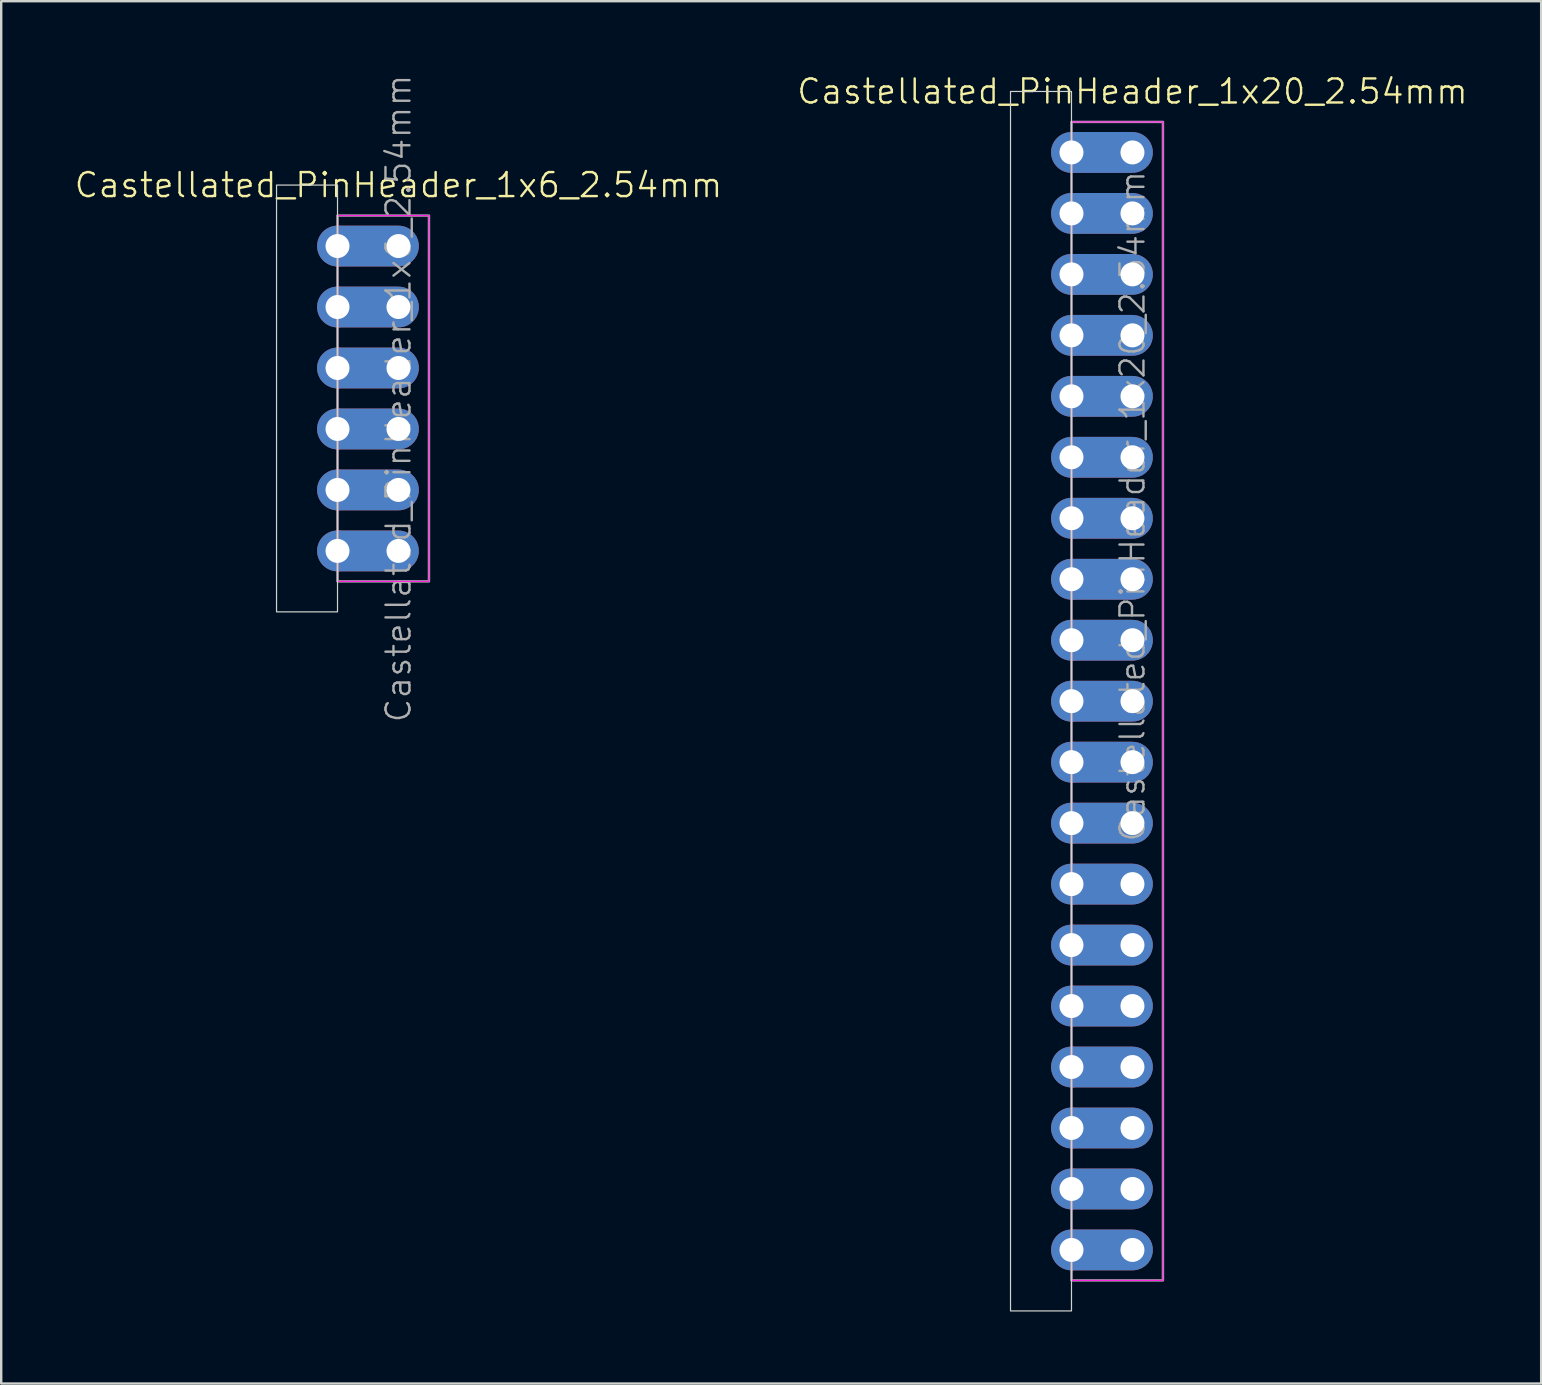
<source format=kicad_pcb>
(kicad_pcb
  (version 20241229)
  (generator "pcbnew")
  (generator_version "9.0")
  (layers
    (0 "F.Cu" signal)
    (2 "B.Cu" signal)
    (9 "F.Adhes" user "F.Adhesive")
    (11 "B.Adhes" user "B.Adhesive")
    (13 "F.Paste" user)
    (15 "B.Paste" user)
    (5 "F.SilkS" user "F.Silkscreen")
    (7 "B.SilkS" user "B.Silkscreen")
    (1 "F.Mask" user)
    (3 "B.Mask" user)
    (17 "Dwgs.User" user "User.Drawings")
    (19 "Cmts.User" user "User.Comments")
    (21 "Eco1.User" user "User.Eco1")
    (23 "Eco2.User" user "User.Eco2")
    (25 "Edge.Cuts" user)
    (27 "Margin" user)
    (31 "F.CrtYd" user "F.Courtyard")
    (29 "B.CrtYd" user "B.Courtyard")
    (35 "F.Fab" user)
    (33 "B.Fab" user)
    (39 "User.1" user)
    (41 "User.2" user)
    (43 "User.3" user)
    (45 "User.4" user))
  (footprint "Castellated_PinHeader_1x6_2.54mm"
    (layer "F.Cu")
    (at 13.55 7.2)
    (property "Reference" "Castellated_PinHeader_1x6_2.54mm" (at 0 -2.54 0) (unlocked yes) (layer "F.SilkS") (effects (font (size 1 1) (thickness 0.1))))
    (attr through_hole)
    (fp_rect (start -5.08 -2.54) (end -2.54 15.24) (stroke (width 0.05) (type default)) (fill no) (layer "Edge.Cuts"))
    (fp_poly (pts (xy -2.54 -1.27) (xy 1.27 -1.27) (xy 1.27 13.97) (xy -2.54 13.97)) (stroke (width 0.05) (type default)) (fill no) (layer "F.CrtYd"))
    (fp_poly (pts (xy -2.54 -1.27) (xy 1.27 -1.27) (xy 1.27 13.97) (xy -2.54 13.97)) (stroke (width 0.1) (type default)) (fill no) (layer "F.Fab"))
    (fp_text user "${REFERENCE}" (at 0 6.35 90) (unlocked yes) (layer "F.Fab") (effects (font (size 1 1) (thickness 0.1))))
    (pad "1" thru_hole circle (at -2.54 0) (size 1.7 1.7) (drill 1) (layers "*.Cu" "*.Mask"))
    (pad "1" thru_hole custom (at 0 0) (size 1.7 1.7) (drill 1) (layers "*.Cu" "*.Mask") (options (anchor circle)) (primitives (gr_poly (pts (xy -2.54 -0.85) (xy 0 -0.85) (xy 0 0.85) (xy -2.54 0.85)) (width 0) (fill yes))))
    (pad "2" thru_hole circle (at -2.54 2.54) (size 1.7 1.7) (drill 1) (layers "*.Cu" "*.Mask"))
    (pad "2" thru_hole custom (at 0 2.54) (size 1.7 1.7) (drill 1) (layers "*.Cu" "*.Mask") (options (anchor circle)) (primitives (gr_poly (pts (xy -2.54 -0.85) (xy 0 -0.85) (xy 0 0.85) (xy -2.54 0.85)) (width 0) (fill yes))))
    (pad "3" thru_hole circle (at -2.54 5.08) (size 1.7 1.7) (drill 1) (layers "*.Cu" "*.Mask"))
    (pad "3" thru_hole custom (at 0 5.08) (size 1.7 1.7) (drill 1) (layers "*.Cu" "*.Mask") (options (anchor circle)) (primitives (gr_poly (pts (xy -2.54 -0.85) (xy 0 -0.85) (xy 0 0.85) (xy -2.54 0.85)) (width 0) (fill yes))))
    (pad "4" thru_hole circle (at -2.54 7.62) (size 1.7 1.7) (drill 1) (layers "*.Cu" "*.Mask"))
    (pad "4" thru_hole custom (at 0 7.62) (size 1.7 1.7) (drill 1) (layers "*.Cu" "*.Mask") (options (anchor circle)) (primitives (gr_poly (pts (xy -2.54 -0.85) (xy 0 -0.85) (xy 0 0.85) (xy -2.54 0.85)) (width 0) (fill yes))))
    (pad "5" thru_hole circle (at -2.54 10.16) (size 1.7 1.7) (drill 1) (layers "*.Cu" "*.Mask"))
    (pad "5" thru_hole custom (at 0 10.16) (size 1.7 1.7) (drill 1) (layers "*.Cu" "*.Mask") (options (anchor circle)) (primitives (gr_poly (pts (xy -2.54 -0.85) (xy 0 -0.85) (xy 0 0.85) (xy -2.54 0.85)) (width 0) (fill yes))))
    (pad "6" thru_hole circle (at -2.54 12.7) (size 1.7 1.7) (drill 1) (layers "*.Cu" "*.Mask"))
    (pad "6" thru_hole custom (at 0 12.7) (size 1.7 1.7) (drill 1) (layers "*.Cu" "*.Mask") (options (anchor circle)) (primitives (gr_poly (pts (xy -2.54 -0.85) (xy 0 -0.85) (xy 0 0.85) (xy -2.54 0.85)) (width 0) (fill yes)))))
  (footprint "Castellated_PinHeader_1x20_2.54mm"
    (layer "F.Cu")
    (at 44.126 3.3)
    (property "Reference" "Castellated_PinHeader_1x20_2.54mm" (at 0 -2.54 0) (unlocked yes) (layer "F.SilkS") (effects (font (size 1 1) (thickness 0.1))))
    (attr through_hole)
    (fp_rect (start -5.08 -2.54) (end -2.54 48.26) (stroke (width 0.05) (type default)) (fill no) (layer "Edge.Cuts"))
    (fp_poly (pts (xy -2.54 -1.27) (xy 1.27 -1.27) (xy 1.27 46.99) (xy -2.54 46.99)) (stroke (width 0.05) (type default)) (fill no) (layer "F.CrtYd"))
    (fp_poly (pts (xy -2.54 -1.27) (xy 1.27 -1.27) (xy 1.27 46.99) (xy -2.54 46.99)) (stroke (width 0.1) (type default)) (fill no) (layer "F.Fab"))
    (fp_text user "${REFERENCE}" (at 0 14.74 90) (unlocked yes) (layer "F.Fab") (effects (font (size 1 1) (thickness 0.1))))
    (pad "1" thru_hole circle (at -2.54 0) (size 1.7 1.7) (drill 1) (layers "*.Cu" "*.Mask"))
    (pad "1" thru_hole custom (at 0 0) (size 1.7 1.7) (drill 1) (layers "*.Cu" "*.Mask") (options (anchor circle)) (primitives (gr_poly (pts (xy -2.54 -0.85) (xy 0 -0.85) (xy 0 0.85) (xy -2.54 0.85)) (width 0) (fill yes))))
    (pad "2" thru_hole circle (at -2.54 2.54) (size 1.7 1.7) (drill 1) (layers "*.Cu" "*.Mask"))
    (pad "2" thru_hole custom (at 0 2.54) (size 1.7 1.7) (drill 1) (layers "*.Cu" "*.Mask") (options (anchor circle)) (primitives (gr_poly (pts (xy -2.54 -0.85) (xy 0 -0.85) (xy 0 0.85) (xy -2.54 0.85)) (width 0) (fill yes))))
    (pad "3" thru_hole circle (at -2.54 5.08) (size 1.7 1.7) (drill 1) (layers "*.Cu" "*.Mask"))
    (pad "3" thru_hole custom (at 0 5.08) (size 1.7 1.7) (drill 1) (layers "*.Cu" "*.Mask") (options (anchor circle)) (primitives (gr_poly (pts (xy -2.54 -0.85) (xy 0 -0.85) (xy 0 0.85) (xy -2.54 0.85)) (width 0) (fill yes))))
    (pad "4" thru_hole circle (at -2.54 7.62) (size 1.7 1.7) (drill 1) (layers "*.Cu" "*.Mask"))
    (pad "4" thru_hole custom (at 0 7.62) (size 1.7 1.7) (drill 1) (layers "*.Cu" "*.Mask") (options (anchor circle)) (primitives (gr_poly (pts (xy -2.54 -0.85) (xy 0 -0.85) (xy 0 0.85) (xy -2.54 0.85)) (width 0) (fill yes))))
    (pad "5" thru_hole circle (at -2.54 10.16) (size 1.7 1.7) (drill 1) (layers "*.Cu" "*.Mask"))
    (pad "5" thru_hole custom (at 0 10.16) (size 1.7 1.7) (drill 1) (layers "*.Cu" "*.Mask") (options (anchor circle)) (primitives (gr_poly (pts (xy -2.54 -0.85) (xy 0 -0.85) (xy 0 0.85) (xy -2.54 0.85)) (width 0) (fill yes))))
    (pad "6" thru_hole circle (at -2.54 12.7) (size 1.7 1.7) (drill 1) (layers "*.Cu" "*.Mask"))
    (pad "6" thru_hole custom (at 0 12.7) (size 1.7 1.7) (drill 1) (layers "*.Cu" "*.Mask") (options (anchor circle)) (primitives (gr_poly (pts (xy -2.54 -0.85) (xy 0 -0.85) (xy 0 0.85) (xy -2.54 0.85)) (width 0) (fill yes))))
    (pad "7" thru_hole circle (at -2.54 15.24) (size 1.7 1.7) (drill 1) (layers "*.Cu" "*.Mask"))
    (pad "7" thru_hole custom (at 0 15.24) (size 1.7 1.7) (drill 1) (layers "*.Cu" "*.Mask") (options (anchor circle)) (primitives (gr_poly (pts (xy -2.54 -0.85) (xy 0 -0.85) (xy 0 0.85) (xy -2.54 0.85)) (width 0) (fill yes))))
    (pad "8" thru_hole circle (at -2.54 17.78) (size 1.7 1.7) (drill 1) (layers "*.Cu" "*.Mask"))
    (pad "8" thru_hole custom (at 0 17.78) (size 1.7 1.7) (drill 1) (layers "*.Cu" "*.Mask") (options (anchor circle)) (primitives (gr_poly (pts (xy -2.54 -0.85) (xy 0 -0.85) (xy 0 0.85) (xy -2.54 0.85)) (width 0) (fill yes))))
    (pad "9" thru_hole custom (at 0 20.32) (size 1.7 1.7) (drill 1) (layers "*.Cu" "*.Mask") (options (anchor circle)) (primitives (gr_poly (pts (xy -2.54 -0.85) (xy 0 -0.85) (xy 0 0.85) (xy -2.54 0.85)) (width 0) (fill yes))))
    (pad "10" thru_hole circle (at -2.54 20.32) (size 1.7 1.7) (drill 1) (layers "*.Cu" "*.Mask"))
    (pad "11" thru_hole circle (at -2.54 22.86) (size 1.7 1.7) (drill 1) (layers "*.Cu" "*.Mask"))
    (pad "11" thru_hole custom (at 0 22.86) (size 1.7 1.7) (drill 1) (layers "*.Cu" "*.Mask") (options (anchor circle)) (primitives (gr_poly (pts (xy -2.54 -0.85) (xy 0 -0.85) (xy 0 0.85) (xy -2.54 0.85)) (width 0) (fill yes))))
    (pad "12" thru_hole circle (at -2.54 25.4) (size 1.7 1.7) (drill 1) (layers "*.Cu" "*.Mask"))
    (pad "12" thru_hole custom (at 0 25.4) (size 1.7 1.7) (drill 1) (layers "*.Cu" "*.Mask") (options (anchor circle)) (primitives (gr_poly (pts (xy -2.54 -0.85) (xy 0 -0.85) (xy 0 0.85) (xy -2.54 0.85)) (width 0) (fill yes))))
    (pad "13" thru_hole circle (at -2.54 27.94) (size 1.7 1.7) (drill 1) (layers "*.Cu" "*.Mask"))
    (pad "13" thru_hole custom (at 0 27.94) (size 1.7 1.7) (drill 1) (layers "*.Cu" "*.Mask") (options (anchor circle)) (primitives (gr_poly (pts (xy -2.54 -0.85) (xy 0 -0.85) (xy 0 0.85) (xy -2.54 0.85)) (width 0) (fill yes))))
    (pad "14" thru_hole circle (at -2.54 30.48) (size 1.7 1.7) (drill 1) (layers "*.Cu" "*.Mask"))
    (pad "14" thru_hole custom (at 0 30.48) (size 1.7 1.7) (drill 1) (layers "*.Cu" "*.Mask") (options (anchor circle)) (primitives (gr_poly (pts (xy -2.54 -0.85) (xy 0 -0.85) (xy 0 0.85) (xy -2.54 0.85)) (width 0) (fill yes))))
    (pad "15" thru_hole circle (at -2.54 33.02) (size 1.7 1.7) (drill 1) (layers "*.Cu" "*.Mask"))
    (pad "15" thru_hole custom (at 0 33.02) (size 1.7 1.7) (drill 1) (layers "*.Cu" "*.Mask") (options (anchor circle)) (primitives (gr_poly (pts (xy -2.54 -0.85) (xy 0 -0.85) (xy 0 0.85) (xy -2.54 0.85)) (width 0) (fill yes))))
    (pad "16" thru_hole circle (at -2.54 35.56) (size 1.7 1.7) (drill 1) (layers "*.Cu" "*.Mask"))
    (pad "16" thru_hole custom (at 0 35.56) (size 1.7 1.7) (drill 1) (layers "*.Cu" "*.Mask") (options (anchor circle)) (primitives (gr_poly (pts (xy -2.54 -0.85) (xy 0 -0.85) (xy 0 0.85) (xy -2.54 0.85)) (width 0) (fill yes))))
    (pad "17" thru_hole circle (at -2.54 38.1) (size 1.7 1.7) (drill 1) (layers "*.Cu" "*.Mask"))
    (pad "17" thru_hole custom (at 0 38.1) (size 1.7 1.7) (drill 1) (layers "*.Cu" "*.Mask") (options (anchor circle)) (primitives (gr_poly (pts (xy -2.54 -0.85) (xy 0 -0.85) (xy 0 0.85) (xy -2.54 0.85)) (width 0) (fill yes))))
    (pad "18" thru_hole circle (at -2.54 40.64) (size 1.7 1.7) (drill 1) (layers "*.Cu" "*.Mask"))
    (pad "18" thru_hole custom (at 0 40.64) (size 1.7 1.7) (drill 1) (layers "*.Cu" "*.Mask") (options (anchor circle)) (primitives (gr_poly (pts (xy -2.54 -0.85) (xy 0 -0.85) (xy 0 0.85) (xy -2.54 0.85)) (width 0) (fill yes))))
    (pad "19" thru_hole circle (at -2.54 43.18) (size 1.7 1.7) (drill 1) (layers "*.Cu" "*.Mask"))
    (pad "19" thru_hole custom (at 0 43.18) (size 1.7 1.7) (drill 1) (layers "*.Cu" "*.Mask") (options (anchor circle)) (primitives (gr_poly (pts (xy -2.54 -0.85) (xy 0 -0.85) (xy 0 0.85) (xy -2.54 0.85)) (width 0) (fill yes))))
    (pad "20" thru_hole circle (at -2.54 45.72) (size 1.7 1.7) (drill 1) (layers "*.Cu" "*.Mask"))
    (pad "20" thru_hole custom (at 0 45.72) (size 1.7 1.7) (drill 1) (layers "*.Cu" "*.Mask") (options (anchor circle)) (primitives (gr_poly (pts (xy -2.54 -0.85) (xy 0 -0.85) (xy 0 0.85) (xy -2.54 0.85)) (width 0) (fill yes)))))
  (gr_rect
    (start -3 -3)
    (end 61.152 54.586)
    (stroke (width 0.1) (type default))
    (fill no)
    (layer "Edge.Cuts")))
</source>
